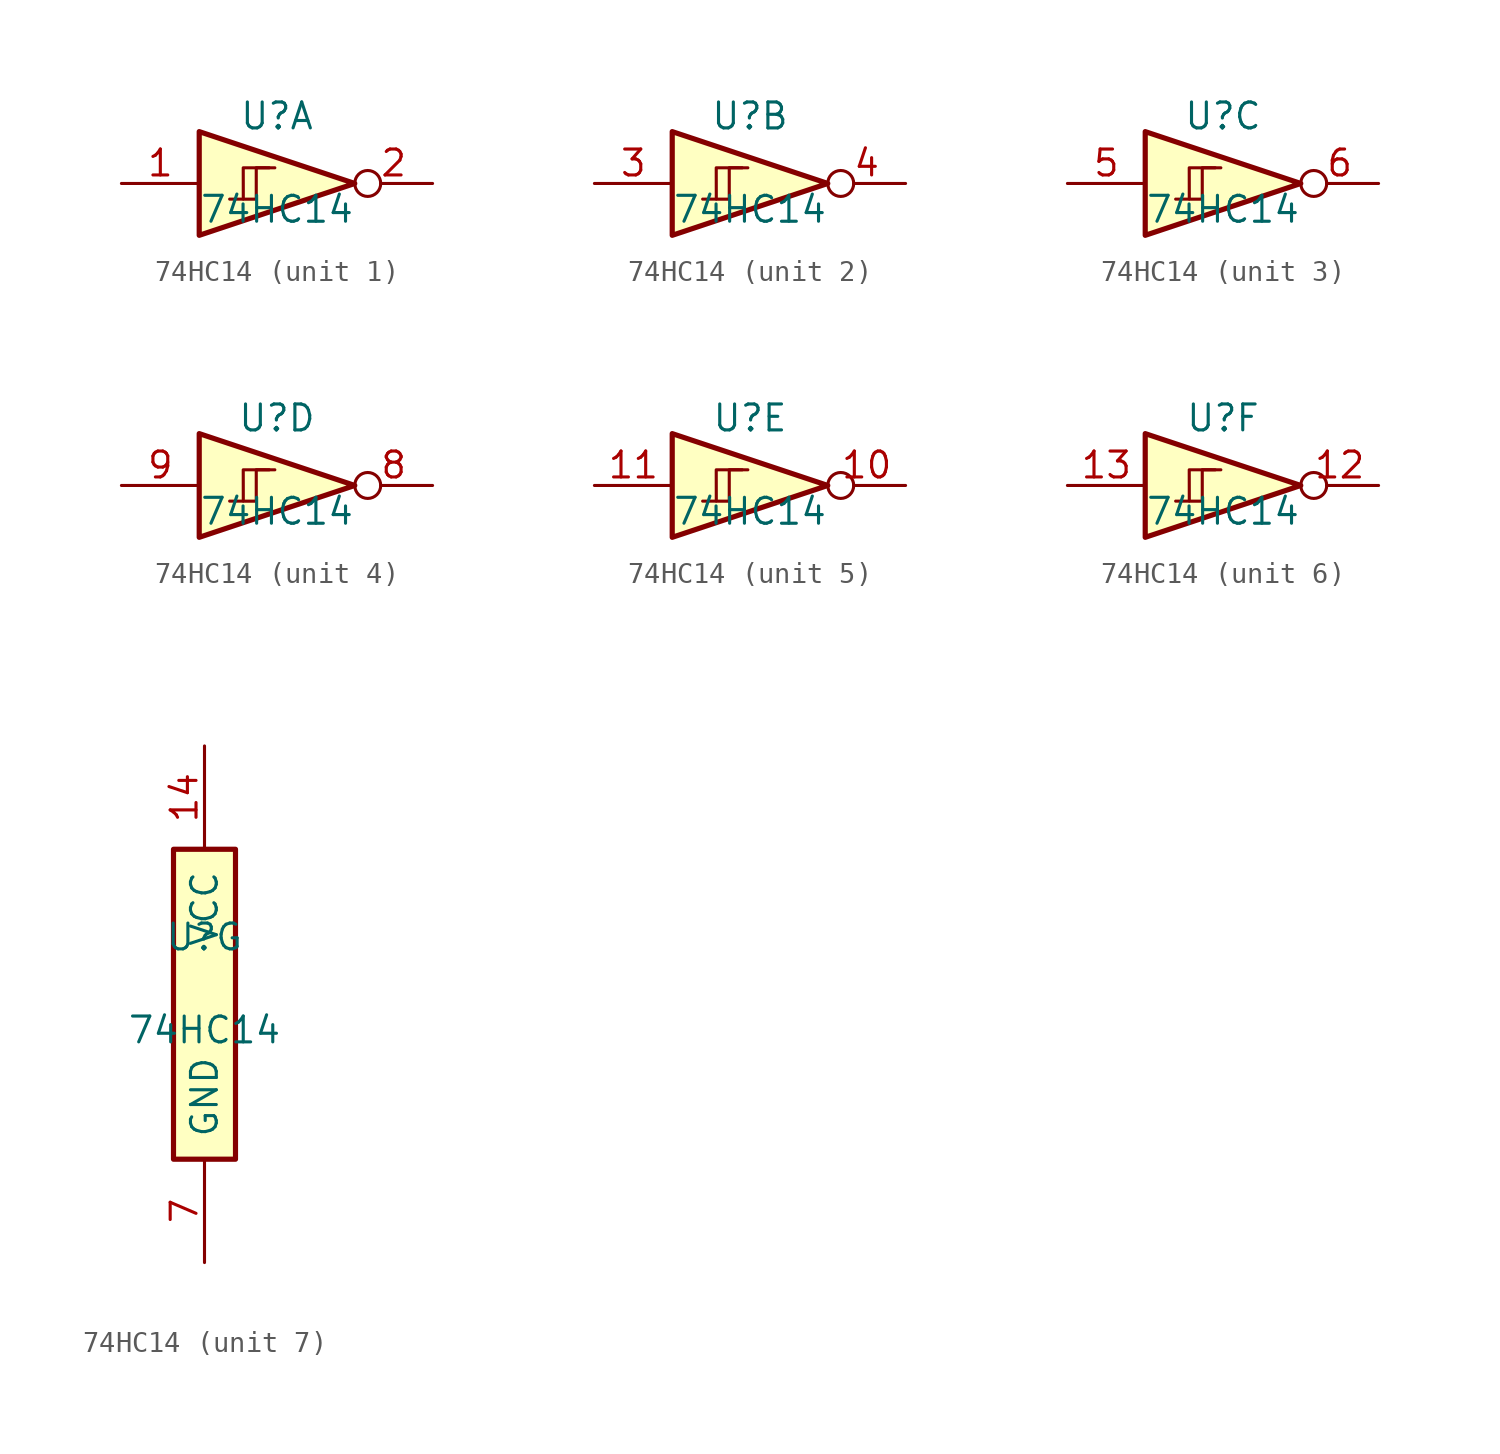
<source format=kicad_sym>
(kicad_symbol_lib
  (version 20241209)
  (generator "kicad_symbol_editor")
  (generator_version "9.0")
  (symbol "74HC14"
    (pin_names
      (offset 1.016))
    (property "Reference" "U"
      (at 0 3.302 0)
      (effects (font (size 1.27 1.27))))
    (property "Value" "74HC14"
      (at 0 -1.27 0)
      (effects (font (size 1.27 1.27))))
    (property "ki_locked" ""
      (at 0 0 0)
      (effects (font (size 1.27 1.27))))
    (symbol "74HC14_1_0"
      (polyline (pts (xy -3.81 2.54) (xy -3.81 -2.54) (xy 3.81 0) (xy -3.81 2.54)) (stroke (width 0.254) (type default)) (fill (type background)))
      (pin input line (at -7.62 0 0) (length 3.81) (name "~" (effects (font (size 1.27 1.27)))) (number "1" (effects (font (size 1.27 1.27)))))
      (pin output inverted (at 7.62 0 180) (length 3.81) (name "~" (effects (font (size 1.27 1.27)))) (number "2" (effects (font (size 1.27 1.27))))))
    (symbol "74HC14_1_1"
      (polyline (pts (xy -2.319 -0.767) (xy -1.016 -0.769) (xy -1.016 0.769) (xy -0.106 0.767)) (stroke (width 0) (type default)) (fill (type none)))
      (polyline (pts (xy -1.651 -0.763) (xy -1.654 0.767) (xy -0.384 0.767)) (stroke (width 0) (type default)) (fill (type none))))
    (symbol "74HC14_2_0"
      (polyline (pts (xy -3.81 2.54) (xy -3.81 -2.54) (xy 3.81 0) (xy -3.81 2.54)) (stroke (width 0.254) (type default)) (fill (type background)))
      (pin input line (at -7.62 0 0) (length 3.81) (name "~" (effects (font (size 1.27 1.27)))) (number "3" (effects (font (size 1.27 1.27)))))
      (pin output inverted (at 7.62 0 180) (length 3.81) (name "~" (effects (font (size 1.27 1.27)))) (number "4" (effects (font (size 1.27 1.27))))))
    (symbol "74HC14_2_1"
      (polyline (pts (xy -2.319 -0.767) (xy -1.016 -0.769) (xy -1.016 0.769) (xy -0.106 0.767)) (stroke (width 0) (type default)) (fill (type none)))
      (polyline (pts (xy -1.651 -0.763) (xy -1.654 0.767) (xy -0.384 0.767)) (stroke (width 0) (type default)) (fill (type none))))
    (symbol "74HC14_3_0"
      (polyline (pts (xy -3.81 2.54) (xy -3.81 -2.54) (xy 3.81 0) (xy -3.81 2.54)) (stroke (width 0.254) (type default)) (fill (type background)))
      (pin input line (at -7.62 0 0) (length 3.81) (name "~" (effects (font (size 1.27 1.27)))) (number "5" (effects (font (size 1.27 1.27)))))
      (pin output inverted (at 7.62 0 180) (length 3.81) (name "~" (effects (font (size 1.27 1.27)))) (number "6" (effects (font (size 1.27 1.27))))))
    (symbol "74HC14_3_1"
      (polyline (pts (xy -2.319 -0.767) (xy -1.016 -0.769) (xy -1.016 0.769) (xy -0.106 0.767)) (stroke (width 0) (type default)) (fill (type none)))
      (polyline (pts (xy -1.651 -0.763) (xy -1.654 0.767) (xy -0.384 0.767)) (stroke (width 0) (type default)) (fill (type none))))
    (symbol "74HC14_4_0"
      (polyline (pts (xy -3.81 2.54) (xy -3.81 -2.54) (xy 3.81 0) (xy -3.81 2.54)) (stroke (width 0.254) (type default)) (fill (type background)))
      (pin input line (at -7.62 0 0) (length 3.81) (name "~" (effects (font (size 1.27 1.27)))) (number "9" (effects (font (size 1.27 1.27)))))
      (pin output inverted (at 7.62 0 180) (length 3.81) (name "~" (effects (font (size 1.27 1.27)))) (number "8" (effects (font (size 1.27 1.27))))))
    (symbol "74HC14_4_1"
      (polyline (pts (xy -2.319 -0.767) (xy -1.016 -0.769) (xy -1.016 0.769) (xy -0.106 0.767)) (stroke (width 0) (type default)) (fill (type none)))
      (polyline (pts (xy -1.651 -0.763) (xy -1.654 0.767) (xy -0.384 0.767)) (stroke (width 0) (type default)) (fill (type none))))
    (symbol "74HC14_5_0"
      (polyline (pts (xy -3.81 2.54) (xy -3.81 -2.54) (xy 3.81 0) (xy -3.81 2.54)) (stroke (width 0.254) (type default)) (fill (type background)))
      (pin input line (at -7.62 0 0) (length 3.81) (name "~" (effects (font (size 1.27 1.27)))) (number "11" (effects (font (size 1.27 1.27)))))
      (pin output inverted (at 7.62 0 180) (length 3.81) (name "~" (effects (font (size 1.27 1.27)))) (number "10" (effects (font (size 1.27 1.27))))))
    (symbol "74HC14_5_1"
      (polyline (pts (xy -2.319 -0.767) (xy -1.016 -0.769) (xy -1.016 0.769) (xy -0.106 0.767)) (stroke (width 0) (type default)) (fill (type none)))
      (polyline (pts (xy -1.651 -0.763) (xy -1.654 0.767) (xy -0.384 0.767)) (stroke (width 0) (type default)) (fill (type none))))
    (symbol "74HC14_6_0"
      (polyline (pts (xy -3.81 2.54) (xy -3.81 -2.54) (xy 3.81 0) (xy -3.81 2.54)) (stroke (width 0.254) (type default)) (fill (type background)))
      (pin input line (at -7.62 0 0) (length 3.81) (name "~" (effects (font (size 1.27 1.27)))) (number "13" (effects (font (size 1.27 1.27)))))
      (pin output inverted (at 7.62 0 180) (length 3.81) (name "~" (effects (font (size 1.27 1.27)))) (number "12" (effects (font (size 1.27 1.27))))))
    (symbol "74HC14_6_1"
      (polyline (pts (xy -2.319 -0.767) (xy -1.016 -0.769) (xy -1.016 0.769) (xy -0.106 0.767)) (stroke (width 0) (type default)) (fill (type none)))
      (polyline (pts (xy -1.651 -0.763) (xy -1.654 0.767) (xy -0.384 0.767)) (stroke (width 0) (type default)) (fill (type none))))
    (symbol "74HC14_7_0"
      (pin power_in line (at 0 12.7 270) (length 5.08) (name "VCC" (effects (font (size 1.27 1.27)))) (number "14" (effects (font (size 1.27 1.27)))))
      (pin power_in line (at 0 -12.7 90) (length 5.08) (name "GND" (effects (font (size 1.27 1.27)))) (number "7" (effects (font (size 1.27 1.27))))))
    (symbol "74HC14_7_1"
      (rectangle (start -1.524 7.62) (end 1.524 -7.62) (stroke (width 0.254) (type default)) (fill (type background))))))
</source>
